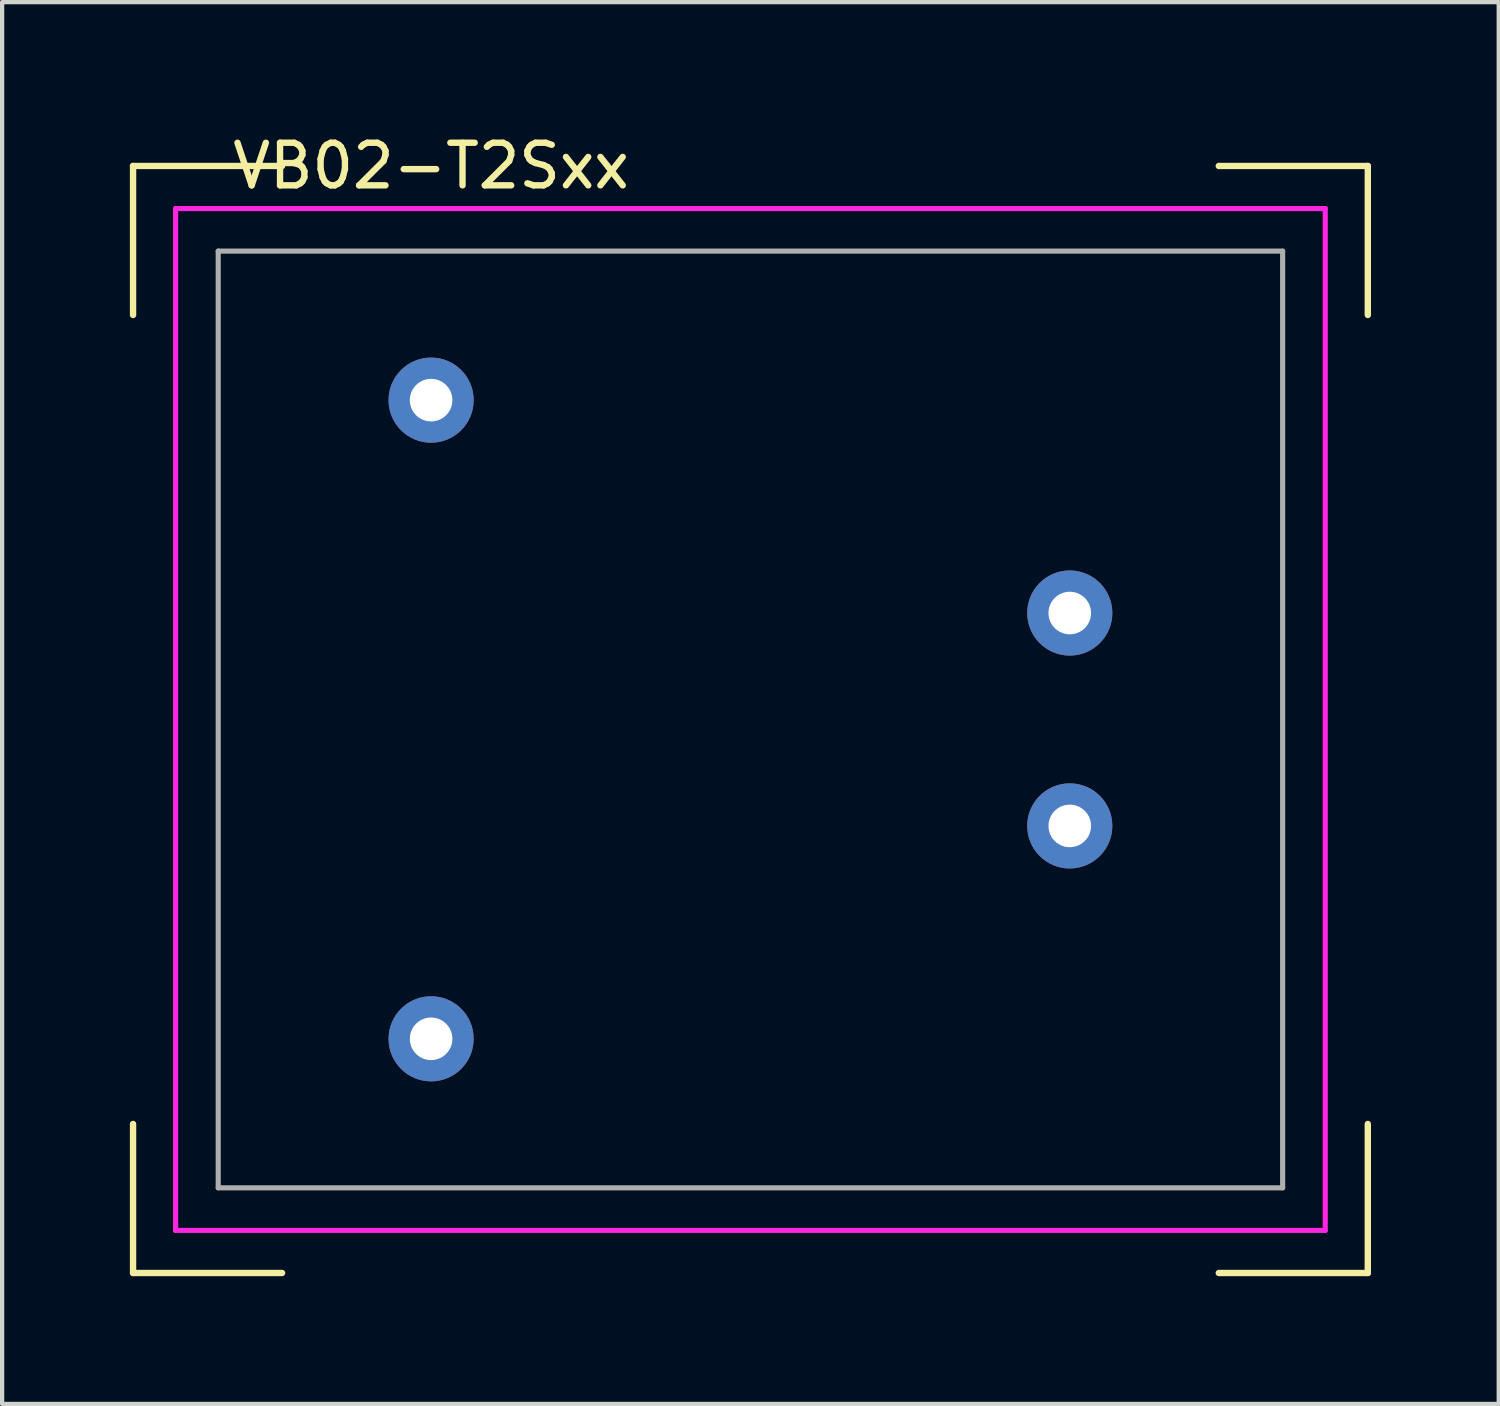
<source format=kicad_pcb>
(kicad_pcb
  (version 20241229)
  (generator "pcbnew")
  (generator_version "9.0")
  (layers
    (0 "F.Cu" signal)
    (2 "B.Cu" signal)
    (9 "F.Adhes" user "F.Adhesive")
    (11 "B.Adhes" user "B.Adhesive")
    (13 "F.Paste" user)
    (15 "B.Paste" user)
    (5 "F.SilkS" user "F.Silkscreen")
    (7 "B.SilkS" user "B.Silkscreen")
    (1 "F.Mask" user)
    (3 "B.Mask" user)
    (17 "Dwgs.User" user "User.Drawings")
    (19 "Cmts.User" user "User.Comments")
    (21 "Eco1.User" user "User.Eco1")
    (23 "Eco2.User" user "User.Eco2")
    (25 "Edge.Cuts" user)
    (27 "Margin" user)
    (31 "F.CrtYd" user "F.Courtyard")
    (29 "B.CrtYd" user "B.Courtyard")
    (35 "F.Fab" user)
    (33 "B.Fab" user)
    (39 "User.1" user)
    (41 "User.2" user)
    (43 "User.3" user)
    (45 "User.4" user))
  (footprint "VB02-T2Sxx"
    (layer "F.Cu")
    (at 14.575 13.848)
    (property "Reference" "VB02-T2Sxx" (at -7.5 -13 0) (layer "F.SilkS") (effects (font (size 1 1) (thickness 0.15))))
    (attr through_hole)
    (fp_line (start -14.5 -13) (end -14.5 -9.5) (stroke (width 0.15) (type solid)) (layer "F.SilkS"))
    (fp_line (start -14.5 9.5) (end -14.5 13) (stroke (width 0.15) (type solid)) (layer "F.SilkS"))
    (fp_line (start -14.5 13) (end -11 13) (stroke (width 0.15) (type solid)) (layer "F.SilkS"))
    (fp_line (start -11 -13) (end -14.5 -13) (stroke (width 0.15) (type solid)) (layer "F.SilkS"))
    (fp_line (start 11 13) (end 14.5 13) (stroke (width 0.15) (type solid)) (layer "F.SilkS"))
    (fp_line (start 14.5 -13) (end 11 -13) (stroke (width 0.15) (type solid)) (layer "F.SilkS"))
    (fp_line (start 14.5 -9.5) (end 14.5 -13) (stroke (width 0.15) (type solid)) (layer "F.SilkS"))
    (fp_line (start 14.5 13) (end 14.5 9.5) (stroke (width 0.15) (type solid)) (layer "F.SilkS"))
    (fp_line (start -13.5 -12) (end -13.5 12) (stroke (width 0.12) (type solid)) (layer "F.CrtYd"))
    (fp_line (start -13.5 12) (end 13.5 12) (stroke (width 0.12) (type solid)) (layer "F.CrtYd"))
    (fp_line (start 13.5 -12) (end -13.5 -12) (stroke (width 0.12) (type solid)) (layer "F.CrtYd"))
    (fp_line (start 13.5 12) (end 13.5 -12) (stroke (width 0.12) (type solid)) (layer "F.CrtYd"))
    (fp_line (start -12.5 -11) (end -12.5 11) (stroke (width 0.12) (type solid)) (layer "F.Fab"))
    (fp_line (start -12.5 -11) (end 12.5 -11) (stroke (width 0.12) (type solid)) (layer "F.Fab"))
    (fp_line (start -12.5 11) (end 12.5 11) (stroke (width 0.12) (type solid)) (layer "F.Fab"))
    (fp_line (start 12.5 -11) (end 12.5 11) (stroke (width 0.12) (type solid)) (layer "F.Fab"))
    (pad "1" thru_hole circle (at -7.5 7.5) (size 2 2) (drill 1) (layers "*.Cu" "*.Mask"))
    (pad "2" thru_hole circle (at -7.5 -7.5) (size 2 2) (drill 1) (layers "*.Cu" "*.Mask"))
    (pad "3" thru_hole circle (at 7.5 -2.5) (size 2 2) (drill 1) (layers "*.Cu" "*.Mask"))
    (pad "4" thru_hole circle (at 7.5 2.5) (size 2 2) (drill 1) (layers "*.Cu" "*.Mask")))
  (gr_rect
    (start -3 -3)
    (end 32.15 29.923)
    (stroke (width 0.1) (type default))
    (fill no)
    (layer "Edge.Cuts")))
</source>
